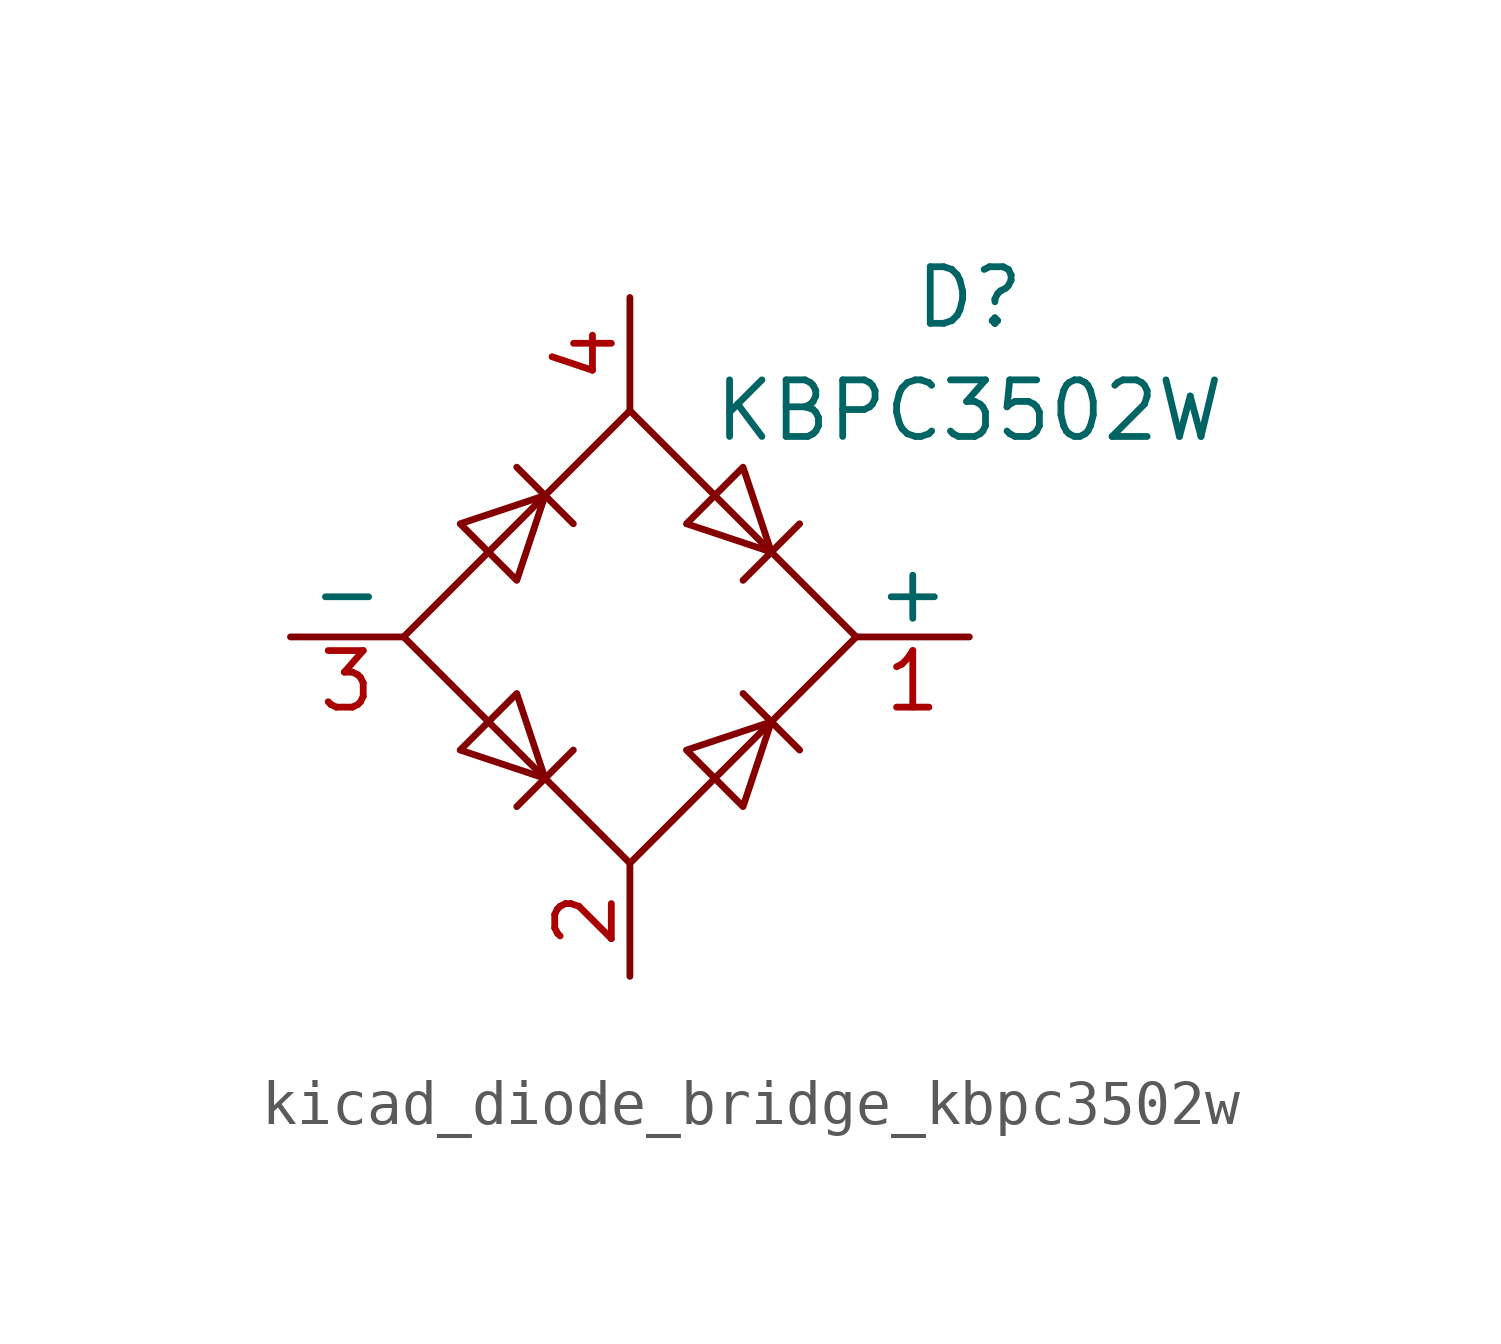
<source format=kicad_sym>
(kicad_symbol_lib
  (version 20220914)
  (generator kicad_symbol_editor)
  (symbol "kicad_diode_bridge_kbpc3502w"
    (pin_names
      (offset 0))
    (property "Reference" "D"
      (at 7.62 7.62 0)
      (effects (font (size 1.27 1.27))))
    (property "Value" "KBPC3502W"
      (at 7.62 5.08 0)
      (effects (font (size 1.27 1.27))))
    (symbol "kicad_diode_bridge_kbpc3502w_0_1"
      (polyline (pts (xy -2.54 3.81) (xy -1.27 2.54)) (stroke (width 0) (type default)) (fill (type none)))
      (polyline (pts (xy -1.27 -2.54) (xy -2.54 -3.81)) (stroke (width 0) (type default)) (fill (type none)))
      (polyline (pts (xy 2.54 -1.27) (xy 3.81 -2.54)) (stroke (width 0) (type default)) (fill (type none)))
      (polyline (pts (xy 2.54 1.27) (xy 3.81 2.54)) (stroke (width 0) (type default)) (fill (type none)))
      (polyline (pts (xy -3.81 2.54) (xy -2.54 1.27) (xy -1.905 3.175) (xy -3.81 2.54)) (stroke (width 0) (type default)) (fill (type none)))
      (polyline (pts (xy -2.54 -1.27) (xy -3.81 -2.54) (xy -1.905 -3.175) (xy -2.54 -1.27)) (stroke (width 0) (type default)) (fill (type none)))
      (polyline (pts (xy 1.27 2.54) (xy 2.54 3.81) (xy 3.175 1.905) (xy 1.27 2.54)) (stroke (width 0) (type default)) (fill (type none)))
      (polyline (pts (xy 3.175 -1.905) (xy 1.27 -2.54) (xy 2.54 -3.81) (xy 3.175 -1.905)) (stroke (width 0) (type default)) (fill (type none)))
      (polyline (pts (xy -5.08 0) (xy 0 -5.08) (xy 5.08 0) (xy 0 5.08) (xy -5.08 0)) (stroke (width 0) (type default)) (fill (type none))))
    (symbol "kicad_diode_bridge_kbpc3502w_1_1"
      (pin passive line (at 7.62 0 180) (length 2.54) (name "+" (effects (font (size 1.27 1.27)))) (number "1" (effects (font (size 1.27 1.27)))))
      (pin passive line (at 0 -7.62 90) (length 2.54) (name "~" (effects (font (size 1.27 1.27)))) (number "2" (effects (font (size 1.27 1.27)))))
      (pin passive line (at -7.62 0 0) (length 2.54) (name "-" (effects (font (size 1.27 1.27)))) (number "3" (effects (font (size 1.27 1.27)))))
      (pin passive line (at 0 7.62 270) (length 2.54) (name "~" (effects (font (size 1.27 1.27)))) (number "4" (effects (font (size 1.27 1.27))))))))
</source>
